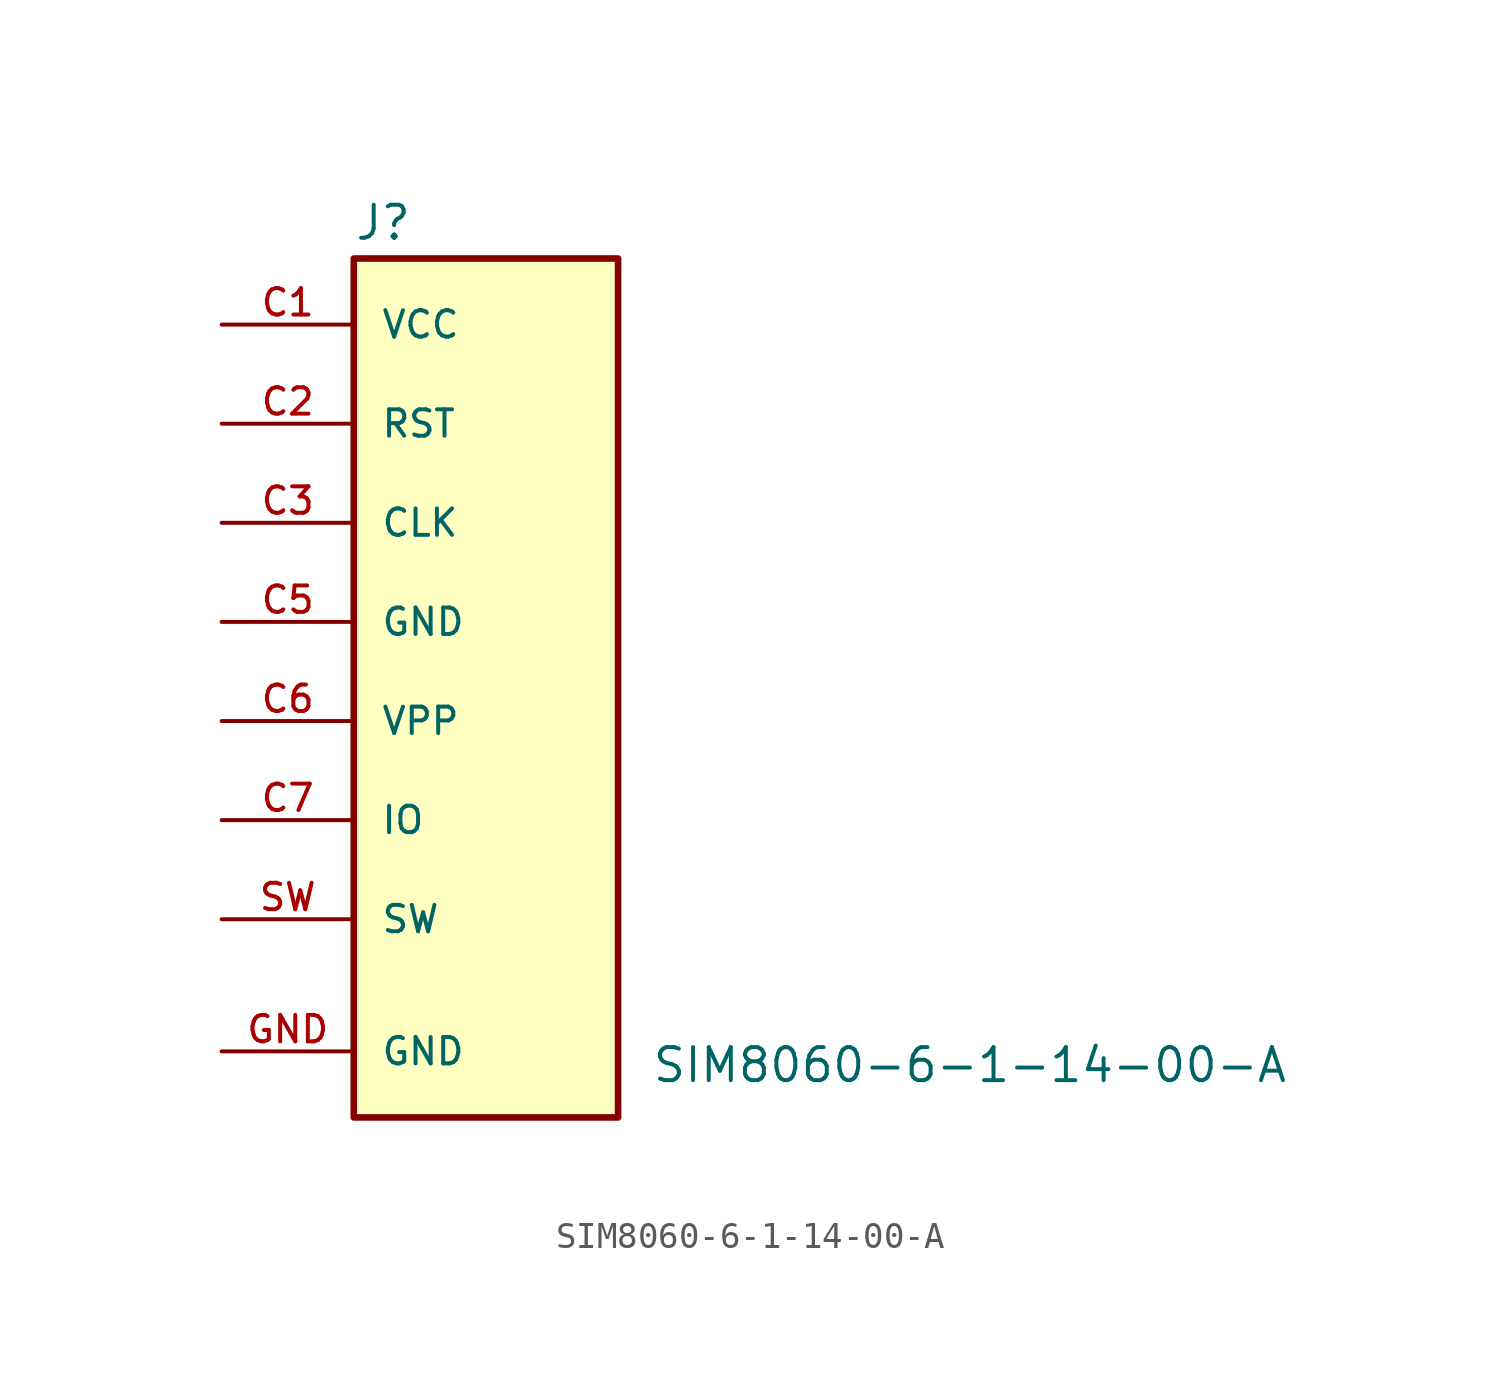
<source format=kicad_sym>
(kicad_symbol_lib
  (version 20211014)
  (generator kicad_symbol_editor)
  (symbol "SIM8060-6-1-14-00-A"
    (pin_names
      (offset 1.016))
    (property "Reference" "J"
      (at -5.08 13.335 0)
      (effects (font (size 1.27 1.27)) (justify left bottom)))
    (property "Value" "SIM8060-6-1-14-00-A"
      (at 6.35 -19.05 0)
      (effects (font (size 1.27 1.27)) (justify left bottom)))
    (symbol "SIM8060-6-1-14-00-A_0_0"
      (rectangle (start -5.08 -20.32) (end 5.08 12.7) (stroke (width 0.254) (type default) (color 0 0 0 0)) (fill (type background)))
      (pin passive line (at -10.16 10.16 0) (length 5.08) (name "VCC" (effects (font (size 1.016 1.016)))) (number "C1" (effects (font (size 1.016 1.016)))))
      (pin passive line (at -10.16 6.35 0) (length 5.08) (name "RST" (effects (font (size 1.016 1.016)))) (number "C2" (effects (font (size 1.016 1.016)))))
      (pin passive line (at -10.16 2.54 0) (length 5.08) (name "CLK" (effects (font (size 1.016 1.016)))) (number "C3" (effects (font (size 1.016 1.016)))))
      (pin passive line (at -10.16 -1.27 0) (length 5.08) (name "GND" (effects (font (size 1.016 1.016)))) (number "C5" (effects (font (size 1.016 1.016)))))
      (pin passive line (at -10.16 -5.08 0) (length 5.08) (name "VPP" (effects (font (size 1.016 1.016)))) (number "C6" (effects (font (size 1.016 1.016)))))
      (pin passive line (at -10.16 -8.89 0) (length 5.08) (name "IO" (effects (font (size 1.016 1.016)))) (number "C7" (effects (font (size 1.016 1.016)))))
      (pin passive line (at -10.16 -17.78 0) (length 5.08) (name "GND" (effects (font (size 1.016 1.016)))) (number "GND" (effects (font (size 1.016 1.016)))))
      (pin passive line (at -10.16 -12.7 0) (length 5.08) (name "SW" (effects (font (size 1.016 1.016)))) (number "SW" (effects (font (size 1.016 1.016))))))))
</source>
